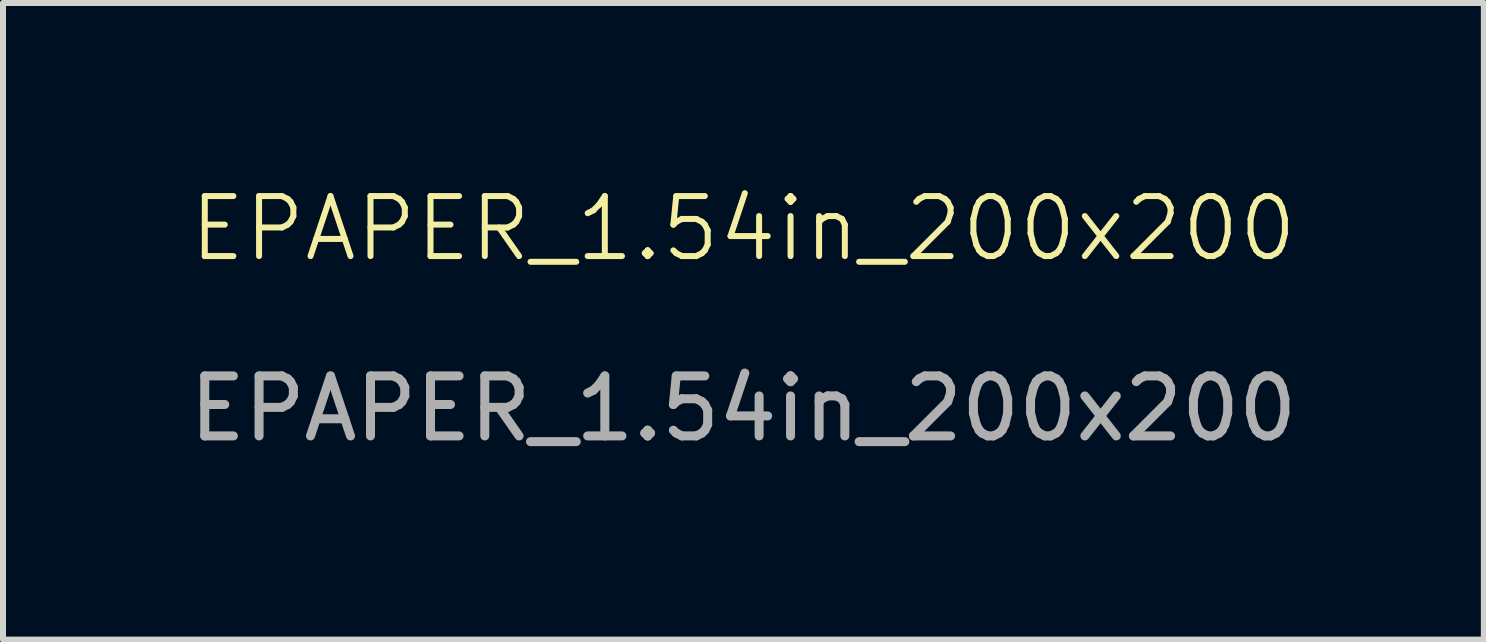
<source format=kicad_pcb>
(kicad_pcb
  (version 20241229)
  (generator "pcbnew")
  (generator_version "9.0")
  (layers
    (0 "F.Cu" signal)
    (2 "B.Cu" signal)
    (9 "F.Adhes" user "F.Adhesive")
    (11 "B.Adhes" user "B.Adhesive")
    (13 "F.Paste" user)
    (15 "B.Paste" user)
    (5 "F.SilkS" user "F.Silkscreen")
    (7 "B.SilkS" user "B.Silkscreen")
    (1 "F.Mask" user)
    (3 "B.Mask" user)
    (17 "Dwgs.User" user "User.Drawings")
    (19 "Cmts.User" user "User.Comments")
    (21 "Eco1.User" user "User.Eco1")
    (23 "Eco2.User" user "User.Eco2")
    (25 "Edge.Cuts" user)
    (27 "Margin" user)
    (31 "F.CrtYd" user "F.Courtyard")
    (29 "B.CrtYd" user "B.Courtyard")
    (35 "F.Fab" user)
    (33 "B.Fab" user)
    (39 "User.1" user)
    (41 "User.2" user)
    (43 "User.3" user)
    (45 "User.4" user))
  (footprint "EPAPER_1.54in_200x200"
    (layer "F.Cu")
    (at 9.339 1.26)
    (property "Reference" "EPAPER_1.54in_200x200" (at 0 -0.5 0) (unlocked yes) (layer "F.SilkS") (effects (font (size 1 1) (thickness 0.1))))
    (attr through_hole)
    (fp_text user "${REFERENCE}" (at 0 2.5 0) (unlocked yes) (layer "F.Fab") (effects (font (size 1 1) (thickness 0.15)))))
  (gr_rect
    (start -3 -3)
    (end 21.679 7.609)
    (stroke (width 0.1) (type default))
    (fill no)
    (layer "Edge.Cuts")))
</source>
